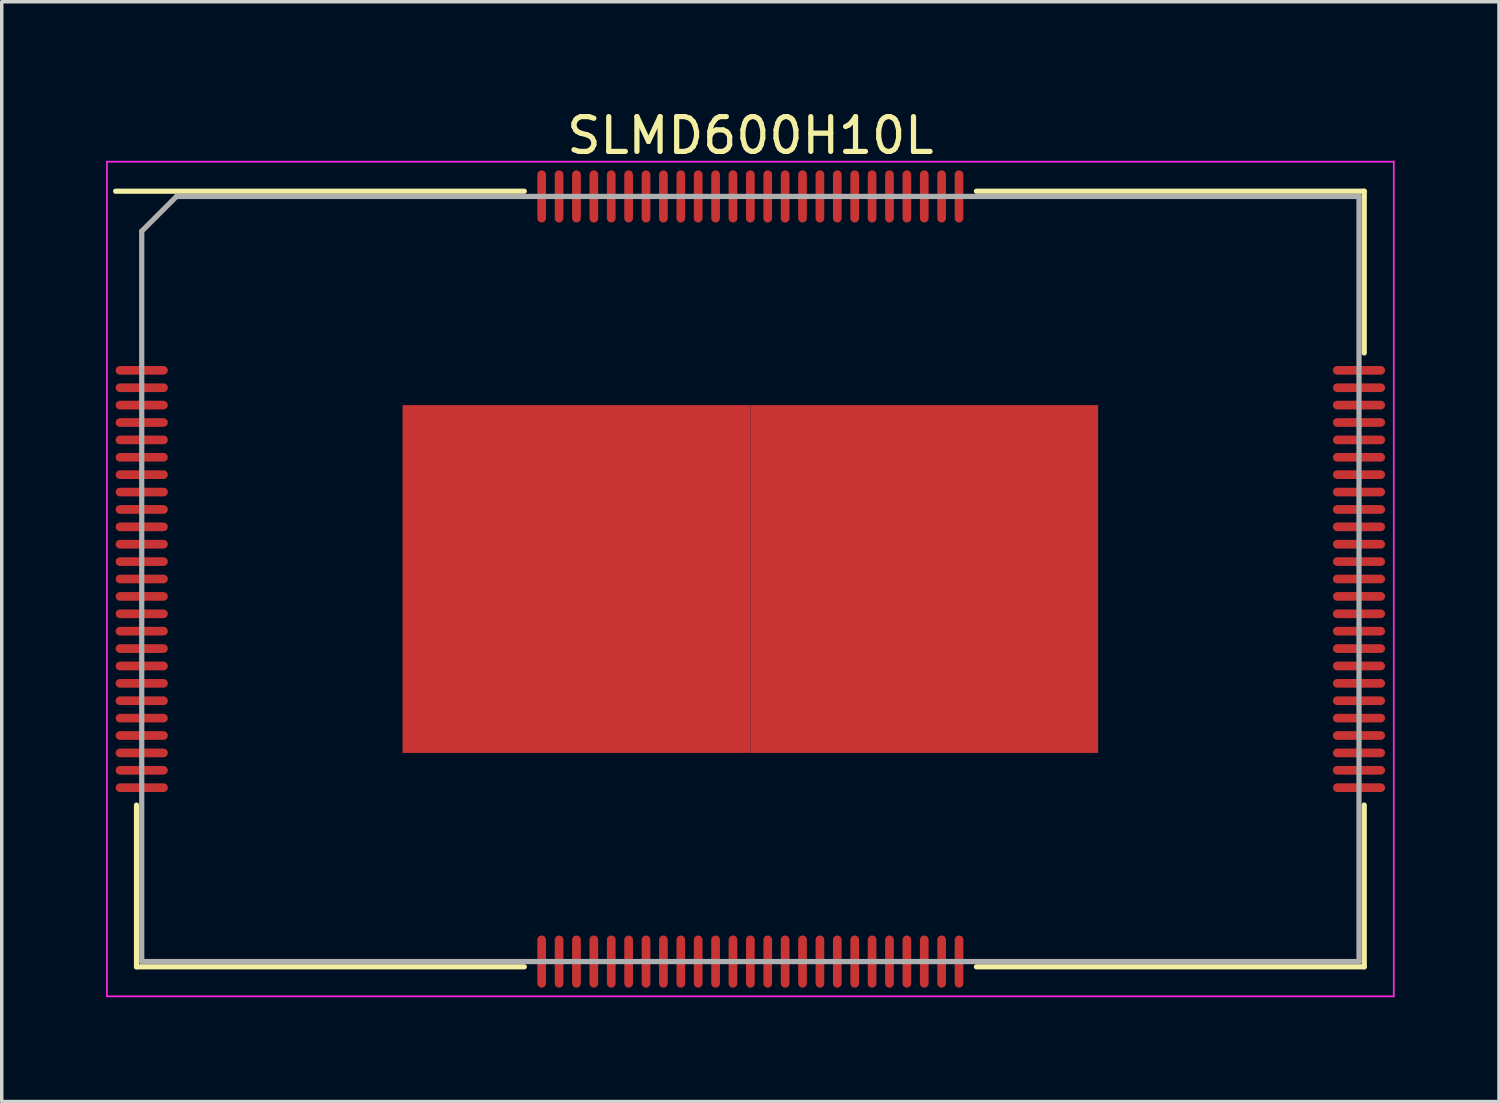
<source format=kicad_pcb>
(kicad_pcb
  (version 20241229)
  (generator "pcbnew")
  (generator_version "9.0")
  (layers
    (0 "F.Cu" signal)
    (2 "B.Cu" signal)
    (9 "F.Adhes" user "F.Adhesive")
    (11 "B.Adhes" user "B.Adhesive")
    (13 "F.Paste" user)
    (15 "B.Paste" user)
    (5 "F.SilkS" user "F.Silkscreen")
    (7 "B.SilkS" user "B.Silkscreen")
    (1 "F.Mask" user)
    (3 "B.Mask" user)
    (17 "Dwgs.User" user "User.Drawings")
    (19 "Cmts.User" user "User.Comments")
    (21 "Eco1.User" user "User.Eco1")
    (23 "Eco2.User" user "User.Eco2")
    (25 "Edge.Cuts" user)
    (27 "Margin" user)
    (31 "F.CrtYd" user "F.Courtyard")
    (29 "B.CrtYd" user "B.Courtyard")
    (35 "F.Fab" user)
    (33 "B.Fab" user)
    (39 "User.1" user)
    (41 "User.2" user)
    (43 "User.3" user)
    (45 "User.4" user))
  (footprint "SLMD600H10L"
    (layer "F.Cu")
    (at 18.525 13.598)
    (property "Reference" "SLMD600H10L" (at 0 -12.75 0) (layer "F.SilkS") (effects (font (size 1 1) (thickness 0.15))))
    (attr smd)
    (fp_line (start -17.65 11.15) (end -17.65 6.5) (stroke (width 0.15) (type solid)) (layer "F.SilkS"))
    (fp_line (start -6.5 -11.15) (end -18.25 -11.15) (stroke (width 0.15) (type solid)) (layer "F.SilkS"))
    (fp_line (start -6.5 11.15) (end -17.65 11.15) (stroke (width 0.15) (type solid)) (layer "F.SilkS"))
    (fp_line (start 6.5 -11.15) (end 17.65 -11.15) (stroke (width 0.15) (type solid)) (layer "F.SilkS"))
    (fp_line (start 6.5 11.15) (end 17.65 11.15) (stroke (width 0.15) (type solid)) (layer "F.SilkS"))
    (fp_line (start 17.65 -11.15) (end 17.65 -6.5) (stroke (width 0.15) (type solid)) (layer "F.SilkS"))
    (fp_line (start 17.65 11.15) (end 17.65 6.5) (stroke (width 0.15) (type solid)) (layer "F.SilkS"))
    (fp_line (start -18.5 -12) (end 18.5 -12) (stroke (width 0.05) (type solid)) (layer "F.CrtYd"))
    (fp_line (start -18.5 12) (end -18.5 -12) (stroke (width 0.05) (type solid)) (layer "F.CrtYd"))
    (fp_line (start 18.5 -12) (end 18.5 12) (stroke (width 0.05) (type solid)) (layer "F.CrtYd"))
    (fp_line (start 18.5 12) (end -18.5 12) (stroke (width 0.05) (type solid)) (layer "F.CrtYd"))
    (fp_line (start -17.5 -10) (end -17.5 11) (stroke (width 0.15) (type solid)) (layer "F.Fab"))
    (fp_line (start -17.5 11) (end 17.5 11) (stroke (width 0.15) (type solid)) (layer "F.Fab"))
    (fp_line (start -16.5 -11) (end -17.5 -10) (stroke (width 0.15) (type solid)) (layer "F.Fab"))
    (fp_line (start 17.5 -11) (end -16.5 -11) (stroke (width 0.15) (type solid)) (layer "F.Fab"))
    (fp_line (start 17.5 11) (end 17.5 -11) (stroke (width 0.15) (type solid)) (layer "F.Fab"))
    (pad "0" smd oval (at -17.5 -5.5 90) (size 0.25 1.5) (layers "F.Cu" "F.Mask" "F.Paste"))
    (pad "1" smd oval (at -17.5 -6 90) (size 0.25 1.5) (layers "F.Cu" "F.Mask" "F.Paste"))
    (pad "3" smd oval (at -17.5 -5 90) (size 0.25 1.5) (layers "F.Cu" "F.Mask" "F.Paste"))
    (pad "4" smd oval (at -17.5 -4.5 90) (size 0.25 1.5) (layers "F.Cu" "F.Mask" "F.Paste"))
    (pad "5" smd oval (at -17.5 -4 90) (size 0.25 1.5) (layers "F.Cu" "F.Mask" "F.Paste"))
    (pad "6" smd oval (at -17.5 -3.5 90) (size 0.25 1.5) (layers "F.Cu" "F.Mask" "F.Paste"))
    (pad "7" smd oval (at -17.5 -3 90) (size 0.25 1.5) (layers "F.Cu" "F.Mask" "F.Paste"))
    (pad "8" smd oval (at -17.5 -2.5 90) (size 0.25 1.5) (layers "F.Cu" "F.Mask" "F.Paste"))
    (pad "9" smd oval (at -17.5 -2 90) (size 0.25 1.5) (layers "F.Cu" "F.Mask" "F.Paste"))
    (pad "10" smd oval (at -17.5 -1.5 90) (size 0.25 1.5) (layers "F.Cu" "F.Mask" "F.Paste"))
    (pad "11" smd oval (at -17.5 -1 90) (size 0.25 1.5) (layers "F.Cu" "F.Mask" "F.Paste"))
    (pad "12" smd oval (at -17.5 -0.5 90) (size 0.25 1.5) (layers "F.Cu" "F.Mask" "F.Paste"))
    (pad "13" smd oval (at -17.5 0 90) (size 0.25 1.5) (layers "F.Cu" "F.Mask" "F.Paste"))
    (pad "14" smd oval (at -17.5 0.5 90) (size 0.25 1.5) (layers "F.Cu" "F.Mask" "F.Paste"))
    (pad "15" smd oval (at -17.5 1 90) (size 0.25 1.5) (layers "F.Cu" "F.Mask" "F.Paste"))
    (pad "16" smd oval (at -17.5 1.5 90) (size 0.25 1.5) (layers "F.Cu" "F.Mask" "F.Paste"))
    (pad "17" smd oval (at -17.5 2 90) (size 0.25 1.5) (layers "F.Cu" "F.Mask" "F.Paste"))
    (pad "18" smd oval (at -17.5 2.5 90) (size 0.25 1.5) (layers "F.Cu" "F.Mask" "F.Paste"))
    (pad "19" smd oval (at -17.5 3 90) (size 0.25 1.5) (layers "F.Cu" "F.Mask" "F.Paste"))
    (pad "20" smd oval (at -17.5 3.5 90) (size 0.25 1.5) (layers "F.Cu" "F.Mask" "F.Paste"))
    (pad "21" smd oval (at -17.5 4 90) (size 0.25 1.5) (layers "F.Cu" "F.Mask" "F.Paste"))
    (pad "22" smd oval (at -17.5 4.5 90) (size 0.25 1.5) (layers "F.Cu" "F.Mask" "F.Paste"))
    (pad "23" smd oval (at -17.5 5 90) (size 0.25 1.5) (layers "F.Cu" "F.Mask" "F.Paste"))
    (pad "24" smd oval (at -17.5 5.5 90) (size 0.25 1.5) (layers "F.Cu" "F.Mask" "F.Paste"))
    (pad "25" smd oval (at -17.5 6 90) (size 0.25 1.5) (layers "F.Cu" "F.Mask" "F.Paste"))
    (pad "26" smd oval (at -6 11) (size 0.25 1.5) (layers "F.Cu" "F.Mask" "F.Paste"))
    (pad "27" smd oval (at -5.5 11) (size 0.25 1.5) (layers "F.Cu" "F.Mask" "F.Paste"))
    (pad "28" smd oval (at -5 11) (size 0.25 1.5) (layers "F.Cu" "F.Mask" "F.Paste"))
    (pad "29" smd oval (at -4.5 11) (size 0.25 1.5) (layers "F.Cu" "F.Mask" "F.Paste"))
    (pad "30" smd oval (at -4 11) (size 0.25 1.5) (layers "F.Cu" "F.Mask" "F.Paste"))
    (pad "31" smd oval (at -3.5 11) (size 0.25 1.5) (layers "F.Cu" "F.Mask" "F.Paste"))
    (pad "32" smd oval (at -3 11) (size 0.25 1.5) (layers "F.Cu" "F.Mask" "F.Paste"))
    (pad "33" smd oval (at -2.5 11) (size 0.25 1.5) (layers "F.Cu" "F.Mask" "F.Paste"))
    (pad "34" smd oval (at -2 11) (size 0.25 1.5) (layers "F.Cu" "F.Mask" "F.Paste"))
    (pad "35" smd oval (at -1.5 11) (size 0.25 1.5) (layers "F.Cu" "F.Mask" "F.Paste"))
    (pad "36" smd oval (at -1 11) (size 0.25 1.5) (layers "F.Cu" "F.Mask" "F.Paste"))
    (pad "37" smd oval (at -0.5 11) (size 0.25 1.5) (layers "F.Cu" "F.Mask" "F.Paste"))
    (pad "38" smd oval (at 0 11) (size 0.25 1.5) (layers "F.Cu" "F.Mask" "F.Paste"))
    (pad "39" smd oval (at 0.5 11) (size 0.25 1.5) (layers "F.Cu" "F.Mask" "F.Paste"))
    (pad "40" smd oval (at 1 11) (size 0.25 1.5) (layers "F.Cu" "F.Mask" "F.Paste"))
    (pad "41" smd oval (at 1.5 11) (size 0.25 1.5) (layers "F.Cu" "F.Mask" "F.Paste"))
    (pad "42" smd oval (at 2 11) (size 0.25 1.5) (layers "F.Cu" "F.Mask" "F.Paste"))
    (pad "43" smd oval (at 2.5 11) (size 0.25 1.5) (layers "F.Cu" "F.Mask" "F.Paste"))
    (pad "44" smd oval (at 3 11) (size 0.25 1.5) (layers "F.Cu" "F.Mask" "F.Paste"))
    (pad "45" smd oval (at 3.5 11) (size 0.25 1.5) (layers "F.Cu" "F.Mask" "F.Paste"))
    (pad "46" smd oval (at 4 11) (size 0.25 1.5) (layers "F.Cu" "F.Mask" "F.Paste"))
    (pad "47" smd oval (at 4.5 11) (size 0.25 1.5) (layers "F.Cu" "F.Mask" "F.Paste"))
    (pad "48" smd oval (at 5 11) (size 0.25 1.5) (layers "F.Cu" "F.Mask" "F.Paste"))
    (pad "49" smd oval (at 5.5 11) (size 0.25 1.5) (layers "F.Cu" "F.Mask" "F.Paste"))
    (pad "50" smd oval (at 6 11) (size 0.25 1.5) (layers "F.Cu" "F.Mask" "F.Paste"))
    (pad "51" smd oval (at 17.5 6 90) (size 0.25 1.5) (layers "F.Cu" "F.Mask" "F.Paste"))
    (pad "52" smd oval (at 17.5 5.5 90) (size 0.25 1.5) (layers "F.Cu" "F.Mask" "F.Paste"))
    (pad "53" smd oval (at 17.5 5 90) (size 0.25 1.5) (layers "F.Cu" "F.Mask" "F.Paste"))
    (pad "54" smd oval (at 17.5 4.5 90) (size 0.25 1.5) (layers "F.Cu" "F.Mask" "F.Paste"))
    (pad "55" smd oval (at 17.5 4 90) (size 0.25 1.5) (layers "F.Cu" "F.Mask" "F.Paste"))
    (pad "56" smd oval (at 17.5 3.5 90) (size 0.25 1.5) (layers "F.Cu" "F.Mask" "F.Paste"))
    (pad "57" smd oval (at 17.5 3 90) (size 0.25 1.5) (layers "F.Cu" "F.Mask" "F.Paste"))
    (pad "58" smd oval (at 17.5 2.5 90) (size 0.25 1.5) (layers "F.Cu" "F.Mask" "F.Paste"))
    (pad "59" smd oval (at 17.5 2 90) (size 0.25 1.5) (layers "F.Cu" "F.Mask" "F.Paste"))
    (pad "60" smd oval (at 17.5 1.5 90) (size 0.25 1.5) (layers "F.Cu" "F.Mask" "F.Paste"))
    (pad "61" smd oval (at 17.5 1 90) (size 0.25 1.5) (layers "F.Cu" "F.Mask" "F.Paste"))
    (pad "62" smd oval (at 17.5 0.5 90) (size 0.25 1.5) (layers "F.Cu" "F.Mask" "F.Paste"))
    (pad "63" smd oval (at 17.5 0 90) (size 0.25 1.5) (layers "F.Cu" "F.Mask" "F.Paste"))
    (pad "64" smd oval (at 17.5 -0.5 90) (size 0.25 1.5) (layers "F.Cu" "F.Mask" "F.Paste"))
    (pad "65" smd oval (at 17.5 -1 90) (size 0.25 1.5) (layers "F.Cu" "F.Mask" "F.Paste"))
    (pad "66" smd oval (at 17.5 -1.5 90) (size 0.25 1.5) (layers "F.Cu" "F.Mask" "F.Paste"))
    (pad "67" smd oval (at 17.5 -2 90) (size 0.25 1.5) (layers "F.Cu" "F.Mask" "F.Paste"))
    (pad "68" smd oval (at 17.5 -2.5 90) (size 0.25 1.5) (layers "F.Cu" "F.Mask" "F.Paste"))
    (pad "69" smd oval (at 17.5 -3 90) (size 0.25 1.5) (layers "F.Cu" "F.Mask" "F.Paste"))
    (pad "70" smd oval (at 17.5 -3.5 90) (size 0.25 1.5) (layers "F.Cu" "F.Mask" "F.Paste"))
    (pad "71" smd oval (at 17.5 -4 90) (size 0.25 1.5) (layers "F.Cu" "F.Mask" "F.Paste"))
    (pad "72" smd oval (at 17.5 -4.5 90) (size 0.25 1.5) (layers "F.Cu" "F.Mask" "F.Paste"))
    (pad "73" smd oval (at 17.5 -5 90) (size 0.25 1.5) (layers "F.Cu" "F.Mask" "F.Paste"))
    (pad "74" smd oval (at 17.5 -5.5 90) (size 0.25 1.5) (layers "F.Cu" "F.Mask" "F.Paste"))
    (pad "75" smd oval (at 17.5 -6 90) (size 0.25 1.5) (layers "F.Cu" "F.Mask" "F.Paste"))
    (pad "76" smd oval (at 6 -11) (size 0.25 1.5) (layers "F.Cu" "F.Mask" "F.Paste"))
    (pad "77" smd oval (at 5.5 -11) (size 0.25 1.5) (layers "F.Cu" "F.Mask" "F.Paste"))
    (pad "78" smd oval (at 5 -11) (size 0.25 1.5) (layers "F.Cu" "F.Mask" "F.Paste"))
    (pad "79" smd oval (at 4.5 -11) (size 0.25 1.5) (layers "F.Cu" "F.Mask" "F.Paste"))
    (pad "80" smd oval (at 4 -11) (size 0.25 1.5) (layers "F.Cu" "F.Mask" "F.Paste"))
    (pad "81" smd oval (at 3.5 -11) (size 0.25 1.5) (layers "F.Cu" "F.Mask" "F.Paste"))
    (pad "82" smd oval (at 3 -11) (size 0.25 1.5) (layers "F.Cu" "F.Mask" "F.Paste"))
    (pad "83" smd oval (at 2.5 -11) (size 0.25 1.5) (layers "F.Cu" "F.Mask" "F.Paste"))
    (pad "84" smd oval (at 2 -11) (size 0.25 1.5) (layers "F.Cu" "F.Mask" "F.Paste"))
    (pad "85" smd oval (at 1.5 -11) (size 0.25 1.5) (layers "F.Cu" "F.Mask" "F.Paste"))
    (pad "86" smd oval (at 1 -11) (size 0.25 1.5) (layers "F.Cu" "F.Mask" "F.Paste"))
    (pad "87" smd oval (at 0.5 -11) (size 0.25 1.5) (layers "F.Cu" "F.Mask" "F.Paste"))
    (pad "88" smd oval (at 0 -11) (size 0.25 1.5) (layers "F.Cu" "F.Mask" "F.Paste"))
    (pad "89" smd oval (at -0.5 -11) (size 0.25 1.5) (layers "F.Cu" "F.Mask" "F.Paste"))
    (pad "90" smd oval (at -1 -11) (size 0.25 1.5) (layers "F.Cu" "F.Mask" "F.Paste"))
    (pad "91" smd oval (at -1.5 -11) (size 0.25 1.5) (layers "F.Cu" "F.Mask" "F.Paste"))
    (pad "92" smd oval (at -2 -11) (size 0.25 1.5) (layers "F.Cu" "F.Mask" "F.Paste"))
    (pad "93" smd oval (at -2.5 -11) (size 0.25 1.5) (layers "F.Cu" "F.Mask" "F.Paste"))
    (pad "94" smd oval (at -3 -11) (size 0.25 1.5) (layers "F.Cu" "F.Mask" "F.Paste"))
    (pad "95" smd oval (at -3.5 -11) (size 0.25 1.5) (layers "F.Cu" "F.Mask" "F.Paste"))
    (pad "96" smd oval (at -4 -11) (size 0.25 1.5) (layers "F.Cu" "F.Mask" "F.Paste"))
    (pad "97" smd oval (at -4.5 -11) (size 0.25 1.5) (layers "F.Cu" "F.Mask" "F.Paste"))
    (pad "98" smd oval (at -5 -11) (size 0.25 1.5) (layers "F.Cu" "F.Mask" "F.Paste"))
    (pad "99" smd oval (at -5.5 -11) (size 0.25 1.5) (layers "F.Cu" "F.Mask" "F.Paste"))
    (pad "100" smd oval (at -6 -11) (size 0.25 1.5) (layers "F.Cu" "F.Mask" "F.Paste"))
    (pad "101" smd rect (at -5 -2.5) (size 10 5) (layers "F.Cu" "F.Mask" "F.Paste"))
    (pad "101" smd rect (at -5 2.5) (size 10 5) (layers "F.Cu" "F.Mask" "F.Paste"))
    (pad "101" smd rect (at 5 -2.5) (size 10 5) (layers "F.Cu" "F.Mask" "F.Paste"))
    (pad "101" smd rect (at 5 2.5) (size 10 5) (layers "F.Cu" "F.Mask" "F.Paste")))
  (gr_rect
    (start -3 -3)
    (end 40.05 28.623)
    (stroke (width 0.1) (type default))
    (fill no)
    (layer "Edge.Cuts")))
</source>
